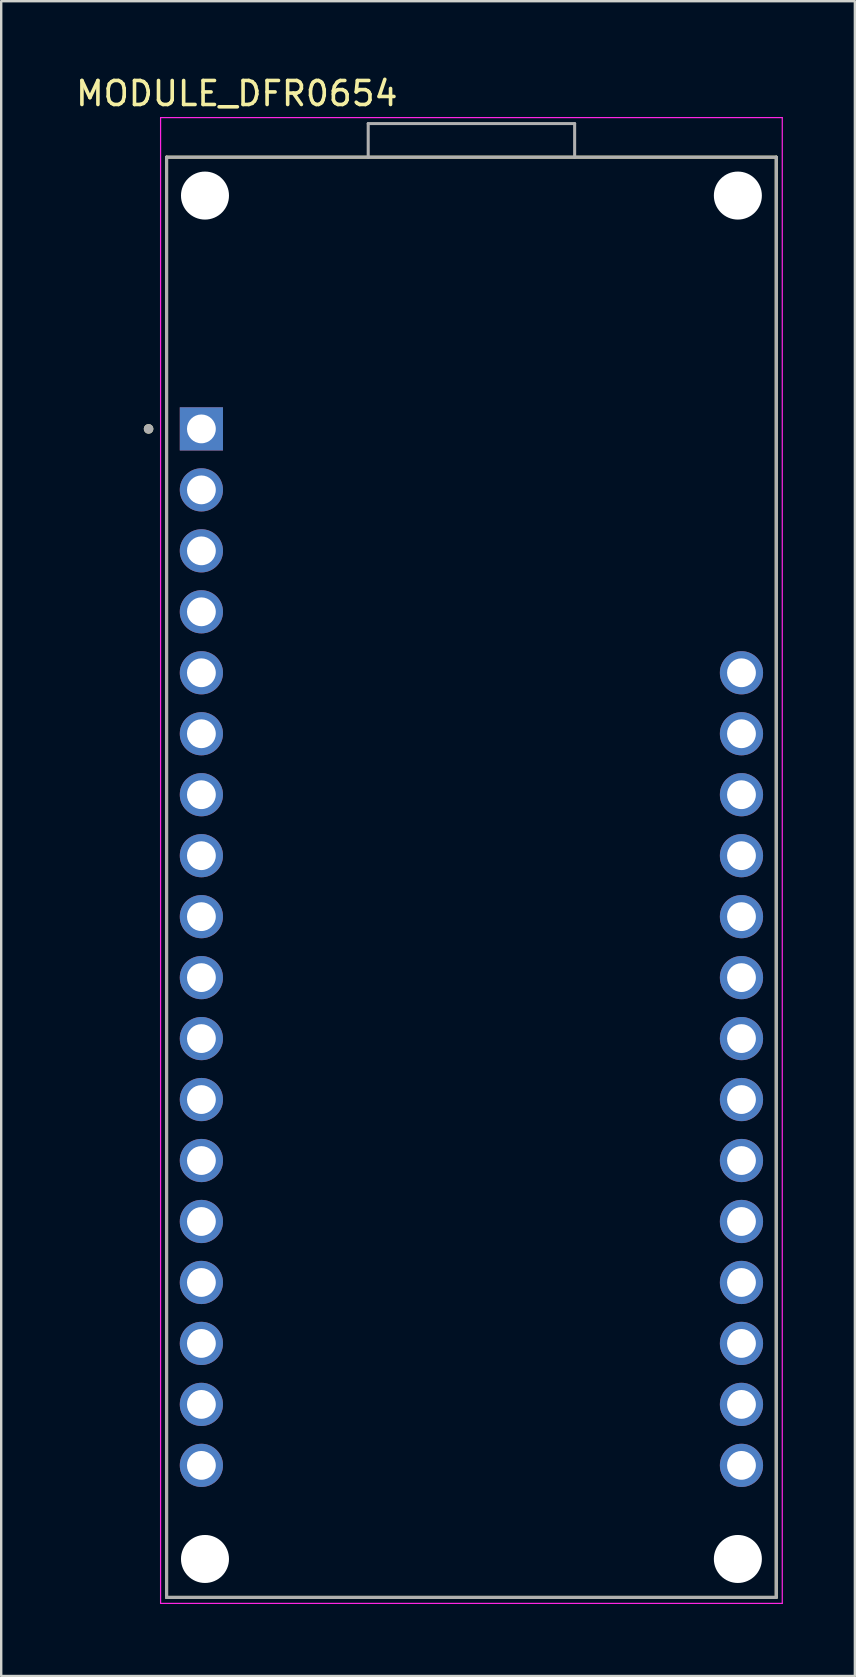
<source format=kicad_pcb>
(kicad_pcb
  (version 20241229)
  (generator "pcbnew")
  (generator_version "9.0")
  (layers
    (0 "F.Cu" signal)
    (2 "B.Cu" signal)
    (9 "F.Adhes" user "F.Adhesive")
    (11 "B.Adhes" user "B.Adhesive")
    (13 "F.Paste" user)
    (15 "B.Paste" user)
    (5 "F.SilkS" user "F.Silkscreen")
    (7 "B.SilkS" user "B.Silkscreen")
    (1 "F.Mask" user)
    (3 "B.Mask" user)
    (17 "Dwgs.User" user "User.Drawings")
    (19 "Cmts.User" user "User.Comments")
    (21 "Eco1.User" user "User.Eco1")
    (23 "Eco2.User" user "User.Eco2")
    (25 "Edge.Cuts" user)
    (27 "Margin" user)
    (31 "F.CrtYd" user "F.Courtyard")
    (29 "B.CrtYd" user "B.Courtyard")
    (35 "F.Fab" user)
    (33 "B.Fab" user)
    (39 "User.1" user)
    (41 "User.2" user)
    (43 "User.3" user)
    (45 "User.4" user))
  (footprint "MODULE_DFR0654"
    (layer "F.Cu")
    (at 16.59 33.498)
    (property "Reference" "MODULE_DFR0654" (at -9.775 -32.65 0) (layer "F.SilkS") (effects (font (size 1 1) (thickness 0.15))))
    (attr through_hole)
    (fp_line (start -12.7 -30) (end -12.7 30) (stroke (width 0.127) (type solid)) (layer "F.SilkS"))
    (fp_line (start 12.7 -30) (end -12.7 -30) (stroke (width 0.127) (type solid)) (layer "F.SilkS"))
    (fp_line (start 12.7 -30) (end 12.7 30) (stroke (width 0.127) (type solid)) (layer "F.SilkS"))
    (fp_line (start 12.7 30) (end -12.7 30) (stroke (width 0.127) (type solid)) (layer "F.SilkS"))
    (fp_circle (center -13.45 -18.68) (end -13.35 -18.68) (stroke (width 0.2) (type solid)) (fill no) (layer "F.SilkS"))
    (fp_line (start -12.95 -31.65) (end -12.95 30.25) (stroke (width 0.05) (type solid)) (layer "F.CrtYd"))
    (fp_line (start -12.95 30.25) (end 12.95 30.25) (stroke (width 0.05) (type solid)) (layer "F.CrtYd"))
    (fp_line (start 12.95 -31.65) (end -12.95 -31.65) (stroke (width 0.05) (type solid)) (layer "F.CrtYd"))
    (fp_line (start 12.95 30.25) (end 12.95 -31.65) (stroke (width 0.05) (type solid)) (layer "F.CrtYd"))
    (fp_line (start -12.7 -30) (end -12.7 30) (stroke (width 0.127) (type solid)) (layer "F.Fab"))
    (fp_line (start -4.3 -31.4) (end -4.3 -30) (stroke (width 0.127) (type solid)) (layer "F.Fab"))
    (fp_line (start -4.3 -30) (end -12.7 -30) (stroke (width 0.127) (type solid)) (layer "F.Fab"))
    (fp_line (start 4.3 -31.4) (end -4.3 -31.4) (stroke (width 0.127) (type solid)) (layer "F.Fab"))
    (fp_line (start 4.3 -30) (end -4.3 -30) (stroke (width 0.127) (type solid)) (layer "F.Fab"))
    (fp_line (start 4.3 -30) (end 4.3 -31.4) (stroke (width 0.127) (type solid)) (layer "F.Fab"))
    (fp_line (start 12.7 -30) (end 4.3 -30) (stroke (width 0.127) (type solid)) (layer "F.Fab"))
    (fp_line (start 12.7 -30) (end 12.7 30) (stroke (width 0.127) (type solid)) (layer "F.Fab"))
    (fp_line (start 12.7 30) (end -12.7 30) (stroke (width 0.127) (type solid)) (layer "F.Fab"))
    (fp_circle (center -13.45 -18.68) (end -13.35 -18.68) (stroke (width 0.2) (type solid)) (fill no) (layer "F.Fab"))
    (pad "" np_thru_hole circle (at -11.1 -28.4) (size 2 2) (drill 2) (layers "*.Cu" "*.Mask"))
    (pad "" np_thru_hole circle (at -11.1 28.4) (size 2 2) (drill 2) (layers "*.Cu" "*.Mask"))
    (pad "" np_thru_hole circle (at 11.1 -28.4) (size 2 2) (drill 2) (layers "*.Cu" "*.Mask"))
    (pad "" np_thru_hole circle (at 11.1 28.4) (size 2 2) (drill 2) (layers "*.Cu" "*.Mask"))
    (pad "1" thru_hole rect (at -11.25 -18.68) (size 1.8 1.8) (drill 1.2) (layers "*.Cu" "*.Mask"))
    (pad "2" thru_hole circle (at -11.25 -16.14) (size 1.8 1.8) (drill 1.2) (layers "*.Cu" "*.Mask"))
    (pad "3" thru_hole circle (at -11.25 -13.6) (size 1.8 1.8) (drill 1.2) (layers "*.Cu" "*.Mask"))
    (pad "4" thru_hole circle (at -11.25 -11.06) (size 1.8 1.8) (drill 1.2) (layers "*.Cu" "*.Mask"))
    (pad "5" thru_hole circle (at -11.25 -8.52) (size 1.8 1.8) (drill 1.2) (layers "*.Cu" "*.Mask"))
    (pad "6" thru_hole circle (at -11.25 -5.98) (size 1.8 1.8) (drill 1.2) (layers "*.Cu" "*.Mask"))
    (pad "7" thru_hole circle (at -11.25 -3.44) (size 1.8 1.8) (drill 1.2) (layers "*.Cu" "*.Mask"))
    (pad "8" thru_hole circle (at -11.25 -0.9) (size 1.8 1.8) (drill 1.2) (layers "*.Cu" "*.Mask"))
    (pad "9" thru_hole circle (at -11.25 1.64) (size 1.8 1.8) (drill 1.2) (layers "*.Cu" "*.Mask"))
    (pad "10" thru_hole circle (at -11.25 4.18) (size 1.8 1.8) (drill 1.2) (layers "*.Cu" "*.Mask"))
    (pad "11" thru_hole circle (at -11.25 6.72) (size 1.8 1.8) (drill 1.2) (layers "*.Cu" "*.Mask"))
    (pad "12" thru_hole circle (at -11.25 9.26) (size 1.8 1.8) (drill 1.2) (layers "*.Cu" "*.Mask"))
    (pad "13" thru_hole circle (at -11.25 11.8) (size 1.8 1.8) (drill 1.2) (layers "*.Cu" "*.Mask"))
    (pad "14" thru_hole circle (at -11.25 14.34) (size 1.8 1.8) (drill 1.2) (layers "*.Cu" "*.Mask"))
    (pad "15" thru_hole circle (at -11.25 16.88) (size 1.8 1.8) (drill 1.2) (layers "*.Cu" "*.Mask"))
    (pad "16" thru_hole circle (at -11.25 19.42) (size 1.8 1.8) (drill 1.2) (layers "*.Cu" "*.Mask"))
    (pad "17" thru_hole circle (at -11.25 21.96) (size 1.8 1.8) (drill 1.2) (layers "*.Cu" "*.Mask"))
    (pad "18" thru_hole circle (at -11.25 24.5) (size 1.8 1.8) (drill 1.2) (layers "*.Cu" "*.Mask"))
    (pad "19" thru_hole circle (at 11.25 24.5) (size 1.8 1.8) (drill 1.2) (layers "*.Cu" "*.Mask"))
    (pad "20" thru_hole circle (at 11.25 21.96) (size 1.8 1.8) (drill 1.2) (layers "*.Cu" "*.Mask"))
    (pad "21" thru_hole circle (at 11.25 19.42) (size 1.8 1.8) (drill 1.2) (layers "*.Cu" "*.Mask"))
    (pad "22" thru_hole circle (at 11.25 16.88) (size 1.8 1.8) (drill 1.2) (layers "*.Cu" "*.Mask"))
    (pad "23" thru_hole circle (at 11.25 14.34) (size 1.8 1.8) (drill 1.2) (layers "*.Cu" "*.Mask"))
    (pad "24" thru_hole circle (at 11.25 11.8) (size 1.8 1.8) (drill 1.2) (layers "*.Cu" "*.Mask"))
    (pad "25" thru_hole circle (at 11.25 9.26) (size 1.8 1.8) (drill 1.2) (layers "*.Cu" "*.Mask"))
    (pad "26" thru_hole circle (at 11.25 6.72) (size 1.8 1.8) (drill 1.2) (layers "*.Cu" "*.Mask"))
    (pad "27" thru_hole circle (at 11.25 4.18) (size 1.8 1.8) (drill 1.2) (layers "*.Cu" "*.Mask"))
    (pad "28" thru_hole circle (at 11.25 1.64) (size 1.8 1.8) (drill 1.2) (layers "*.Cu" "*.Mask"))
    (pad "29" thru_hole circle (at 11.25 -0.9) (size 1.8 1.8) (drill 1.2) (layers "*.Cu" "*.Mask"))
    (pad "30" thru_hole circle (at 11.25 -3.44) (size 1.8 1.8) (drill 1.2) (layers "*.Cu" "*.Mask"))
    (pad "31" thru_hole circle (at 11.25 -5.98) (size 1.8 1.8) (drill 1.2) (layers "*.Cu" "*.Mask"))
    (pad "32" thru_hole circle (at 11.25 -8.52) (size 1.8 1.8) (drill 1.2) (layers "*.Cu" "*.Mask")))
  (gr_rect
    (start -3 -3)
    (end 32.565 66.773)
    (stroke (width 0.1) (type default))
    (fill no)
    (layer "Edge.Cuts")))
</source>
